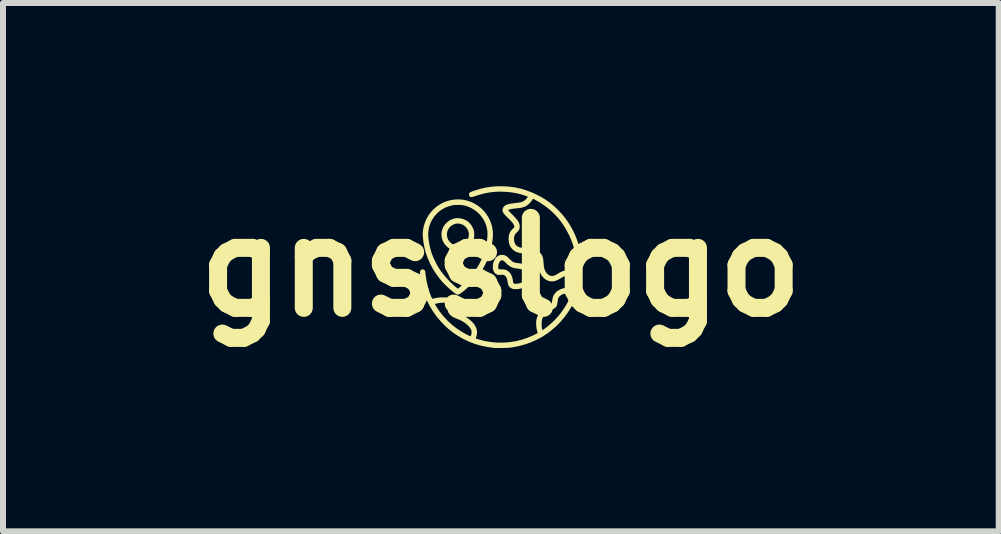
<source format=kicad_pcb>
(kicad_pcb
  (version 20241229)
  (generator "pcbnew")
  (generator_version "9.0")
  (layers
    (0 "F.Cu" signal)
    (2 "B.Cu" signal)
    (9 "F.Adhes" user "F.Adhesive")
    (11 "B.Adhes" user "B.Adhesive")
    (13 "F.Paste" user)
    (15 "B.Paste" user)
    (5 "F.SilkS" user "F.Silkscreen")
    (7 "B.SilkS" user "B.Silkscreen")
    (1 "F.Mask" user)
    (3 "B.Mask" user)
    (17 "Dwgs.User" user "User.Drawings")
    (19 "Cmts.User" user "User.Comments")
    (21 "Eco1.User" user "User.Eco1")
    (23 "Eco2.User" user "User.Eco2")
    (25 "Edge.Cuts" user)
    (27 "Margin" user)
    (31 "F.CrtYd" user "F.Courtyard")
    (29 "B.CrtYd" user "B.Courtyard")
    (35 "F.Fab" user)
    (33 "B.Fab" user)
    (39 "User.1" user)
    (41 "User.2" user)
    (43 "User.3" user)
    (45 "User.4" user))
  (footprint "gnsslogo"
    (layer "F.Cu")
    (at 5.3 1.404)
    (property "Reference" "gnsslogo" (at 0 0 0) (layer "F.SilkS") (effects (font (size 1.5 1.5) (thickness 0.3))))
    (attr board_only exclude_from_pos_files exclude_from_bom)
    (fp_poly (pts (xy -0.703 -0.817) (xy -0.654 -0.81) (xy -0.609 -0.795) (xy -0.567 -0.774) (xy -0.531 -0.745) (xy -0.499 -0.71) (xy -0.474 -0.669) (xy -0.456 -0.628) (xy -0.451 -0.611) (xy -0.447 -0.596) (xy -0.445 -0.58) (xy -0.445 -0.561) (xy -0.444 -0.544) (xy -0.445 -0.521) (xy -0.446 -0.503) (xy -0.448 -0.488) (xy -0.452 -0.472) (xy -0.456 -0.461) (xy -0.475 -0.415) (xy -0.501 -0.376) (xy -0.532 -0.342) (xy -0.55 -0.327) (xy -0.591 -0.301) (xy -0.635 -0.283) (xy -0.682 -0.273) (xy -0.729 -0.271) (xy -0.776 -0.277) (xy -0.819 -0.29) (xy -0.859 -0.311) (xy -0.895 -0.338) (xy -0.927 -0.371) (xy -0.953 -0.408) (xy -0.973 -0.449) (xy -0.986 -0.492) (xy -0.986 -0.492) (xy -0.989 -0.515) (xy -0.99 -0.541) (xy -0.989 -0.559) (xy -0.899 -0.559) (xy -0.898 -0.521) (xy -0.89 -0.485) (xy -0.875 -0.452) (xy -0.854 -0.424) (xy -0.829 -0.4) (xy -0.8 -0.381) (xy -0.768 -0.368) (xy -0.733 -0.362) (xy -0.698 -0.362) (xy -0.662 -0.37) (xy -0.64 -0.379) (xy -0.607 -0.399) (xy -0.579 -0.425) (xy -0.558 -0.455) (xy -0.542 -0.489) (xy -0.534 -0.525) (xy -0.534 -0.562) (xy -0.536 -0.571) (xy -0.546 -0.609) (xy -0.563 -0.643) (xy -0.587 -0.672) (xy -0.617 -0.697) (xy -0.651 -0.714) (xy -0.687 -0.725) (xy -0.724 -0.728) (xy -0.76 -0.722) (xy -0.793 -0.71) (xy -0.824 -0.692) (xy -0.851 -0.668) (xy -0.873 -0.639) (xy -0.889 -0.606) (xy -0.898 -0.57) (xy -0.899 -0.559) (xy -0.989 -0.559) (xy -0.989 -0.568) (xy -0.987 -0.591) (xy -0.986 -0.6) (xy -0.971 -0.645) (xy -0.95 -0.686) (xy -0.923 -0.723) (xy -0.891 -0.754) (xy -0.854 -0.78) (xy -0.813 -0.8) (xy -0.77 -0.813) (xy -0.724 -0.818)) (stroke (width 0) (type solid)) (fill yes) (layer "F.SilkS"))
    (fp_poly (pts (xy 0.048 -0.202) (xy 0.066 -0.198) (xy 0.083 -0.19) (xy 0.1 -0.179) (xy 0.12 -0.162) (xy 0.143 -0.139) (xy 0.166 -0.117) (xy 0.185 -0.1) (xy 0.203 -0.088) (xy 0.222 -0.079) (xy 0.243 -0.074) (xy 0.268 -0.069) (xy 0.29 -0.067) (xy 0.335 -0.06) (xy 0.374 -0.05) (xy 0.409 -0.036) (xy 0.44 -0.017) (xy 0.47 0.007) (xy 0.48 0.017) (xy 0.508 0.048) (xy 0.529 0.079) (xy 0.541 0.111) (xy 0.547 0.145) (xy 0.548 0.151) (xy 0.548 0.172) (xy 0.547 0.188) (xy 0.543 0.202) (xy 0.54 0.212) (xy 0.526 0.238) (xy 0.504 0.264) (xy 0.476 0.288) (xy 0.442 0.311) (xy 0.403 0.331) (xy 0.361 0.348) (xy 0.328 0.358) (xy 0.309 0.362) (xy 0.286 0.365) (xy 0.261 0.366) (xy 0.237 0.367) (xy 0.217 0.366) (xy 0.205 0.364) (xy 0.176 0.353) (xy 0.151 0.337) (xy 0.133 0.315) (xy 0.128 0.307) (xy 0.123 0.295) (xy 0.119 0.278) (xy 0.115 0.258) (xy 0.113 0.249) (xy 0.107 0.216) (xy 0.1 0.19) (xy 0.092 0.17) (xy 0.081 0.154) (xy 0.077 0.15) (xy 0.059 0.135) (xy 0.038 0.127) (xy 0.012 0.126) (xy -0.002 0.128) (xy -0.034 0.13) (xy -0.062 0.124) (xy -0.086 0.112) (xy -0.099 0.1) (xy -0.117 0.075) (xy -0.128 0.045) (xy -0.134 0.011) (xy -0.134 -0.008) (xy -0.044 -0.008) (xy -0.044 0.01) (xy -0.042 0.022) (xy -0.038 0.03) (xy -0.029 0.034) (xy -0.015 0.036) (xy 0.006 0.037) (xy 0.014 0.037) (xy 0.047 0.038) (xy 0.073 0.043) (xy 0.096 0.05) (xy 0.116 0.063) (xy 0.134 0.077) (xy 0.159 0.105) (xy 0.178 0.14) (xy 0.193 0.181) (xy 0.202 0.229) (xy 0.203 0.239) (xy 0.206 0.256) (xy 0.21 0.266) (xy 0.216 0.272) (xy 0.225 0.276) (xy 0.238 0.277) (xy 0.256 0.277) (xy 0.277 0.275) (xy 0.299 0.271) (xy 0.318 0.267) (xy 0.323 0.266) (xy 0.359 0.251) (xy 0.393 0.234) (xy 0.421 0.216) (xy 0.435 0.204) (xy 0.447 0.192) (xy 0.454 0.183) (xy 0.458 0.175) (xy 0.459 0.166) (xy 0.459 0.162) (xy 0.455 0.139) (xy 0.443 0.114) (xy 0.426 0.09) (xy 0.402 0.068) (xy 0.375 0.05) (xy 0.362 0.043) (xy 0.345 0.036) (xy 0.328 0.031) (xy 0.309 0.027) (xy 0.29 0.025) (xy 0.247 0.02) (xy 0.21 0.012) (xy 0.178 0.001) (xy 0.149 -0.015) (xy 0.12 -0.036) (xy 0.09 -0.064) (xy 0.085 -0.069) (xy 0.069 -0.085) (xy 0.054 -0.098) (xy 0.042 -0.108) (xy 0.035 -0.113) (xy 0.034 -0.114) (xy 0.017 -0.115) (xy 0.000197 -0.11) (xy -0.014 -0.099) (xy -0.014 -0.099) (xy -0.027 -0.079) (xy -0.037 -0.053) (xy -0.043 -0.026) (xy -0.044 -0.008) (xy -0.134 -0.008) (xy -0.134 -0.025) (xy -0.133 -0.035) (xy -0.129 -0.06) (xy -0.124 -0.08) (xy -0.117 -0.099) (xy -0.107 -0.12) (xy -0.104 -0.125) (xy -0.084 -0.156) (xy -0.06 -0.18) (xy -0.032 -0.196) (xy -0.000304 -0.204) (xy 0.028 -0.205)) (stroke (width 0) (type solid)) (fill yes) (layer "F.SilkS"))
    (fp_poly (pts (xy -0.628 -1.124) (xy -0.571 -1.112) (xy -0.504 -1.09) (xy -0.441 -1.061) (xy -0.383 -1.025) (xy -0.329 -0.983) (xy -0.28 -0.934) (xy -0.238 -0.88) (xy -0.201 -0.821) (xy -0.172 -0.757) (xy -0.161 -0.727) (xy -0.145 -0.668) (xy -0.135 -0.607) (xy -0.132 -0.543) (xy -0.136 -0.475) (xy -0.141 -0.431) (xy -0.159 -0.33) (xy -0.184 -0.235) (xy -0.216 -0.143) (xy -0.255 -0.054) (xy -0.302 0.032) (xy -0.357 0.117) (xy -0.366 0.13) (xy -0.401 0.176) (xy -0.441 0.223) (xy -0.483 0.27) (xy -0.527 0.315) (xy -0.572 0.357) (xy -0.615 0.395) (xy -0.656 0.427) (xy -0.672 0.438) (xy -0.692 0.45) (xy -0.708 0.457) (xy -0.722 0.458) (xy -0.736 0.454) (xy -0.752 0.444) (xy -0.754 0.443) (xy -0.789 0.418) (xy -0.826 0.388) (xy -0.866 0.353) (xy -0.906 0.315) (xy -0.946 0.276) (xy -0.982 0.237) (xy -1.015 0.198) (xy -1.021 0.191) (xy -1.08 0.111) (xy -1.133 0.029) (xy -1.179 -0.057) (xy -1.218 -0.145) (xy -1.25 -0.233) (xy -1.273 -0.322) (xy -1.275 -0.33) (xy -1.281 -0.363) (xy -1.288 -0.4) (xy -1.293 -0.437) (xy -1.297 -0.473) (xy -1.301 -0.506) (xy -1.303 -0.534) (xy -1.303 -0.548) (xy -1.303 -0.552) (xy -1.212 -0.552) (xy -1.209 -0.491) (xy -1.195 -0.397) (xy -1.176 -0.308) (xy -1.15 -0.222) (xy -1.116 -0.14) (xy -1.076 -0.058) (xy -1.049 -0.011) (xy -1.006 0.057) (xy -0.957 0.123) (xy -0.902 0.186) (xy -0.85 0.241) (xy -0.827 0.263) (xy -0.804 0.285) (xy -0.782 0.305) (xy -0.761 0.323) (xy -0.744 0.338) (xy -0.73 0.349) (xy -0.72 0.355) (xy -0.717 0.356) (xy -0.712 0.353) (xy -0.702 0.346) (xy -0.688 0.336) (xy -0.677 0.327) (xy -0.654 0.308) (xy -0.628 0.284) (xy -0.6 0.257) (xy -0.571 0.227) (xy -0.542 0.198) (xy -0.515 0.169) (xy -0.492 0.142) (xy -0.477 0.124) (xy -0.417 0.041) (xy -0.365 -0.044) (xy -0.321 -0.132) (xy -0.285 -0.22) (xy -0.257 -0.31) (xy -0.251 -0.335) (xy -0.24 -0.388) (xy -0.231 -0.441) (xy -0.226 -0.493) (xy -0.223 -0.542) (xy -0.224 -0.587) (xy -0.228 -0.626) (xy -0.23 -0.634) (xy -0.237 -0.664) (xy -0.246 -0.697) (xy -0.258 -0.73) (xy -0.27 -0.758) (xy -0.273 -0.765) (xy -0.305 -0.819) (xy -0.343 -0.868) (xy -0.388 -0.913) (xy -0.437 -0.952) (xy -0.491 -0.984) (xy -0.548 -1.01) (xy -0.608 -1.028) (xy -0.634 -1.033) (xy -0.664 -1.037) (xy -0.699 -1.038) (xy -0.736 -1.038) (xy -0.772 -1.036) (xy -0.803 -1.032) (xy -0.807 -1.031) (xy -0.869 -1.015) (xy -0.928 -0.992) (xy -0.982 -0.962) (xy -1.032 -0.926) (xy -1.076 -0.884) (xy -1.115 -0.838) (xy -1.148 -0.787) (xy -1.175 -0.732) (xy -1.195 -0.675) (xy -1.207 -0.614) (xy -1.212 -0.552) (xy -1.303 -0.552) (xy -1.299 -0.614) (xy -1.286 -0.681) (xy -1.266 -0.746) (xy -1.243 -0.8) (xy -1.209 -0.861) (xy -1.168 -0.916) (xy -1.122 -0.966) (xy -1.071 -1.01) (xy -1.016 -1.047) (xy -0.957 -1.078) (xy -0.895 -1.102) (xy -0.83 -1.119) (xy -0.764 -1.128) (xy -0.697 -1.13)) (stroke (width 0) (type solid)) (fill yes) (layer "F.SilkS"))
    (fp_poly (pts (xy 0.043 -1.349) (xy 0.146 -1.342) (xy 0.246 -1.328) (xy 0.343 -1.306) (xy 0.438 -1.276) (xy 0.533 -1.239) (xy 0.589 -1.213) (xy 0.672 -1.17) (xy 0.748 -1.124) (xy 0.82 -1.072) (xy 0.889 -1.015) (xy 0.952 -0.956) (xy 1.024 -0.878) (xy 1.09 -0.795) (xy 1.148 -0.708) (xy 1.199 -0.618) (xy 1.243 -0.524) (xy 1.28 -0.428) (xy 1.308 -0.329) (xy 1.33 -0.228) (xy 1.343 -0.126) (xy 1.349 -0.023) (xy 1.346 0.081) (xy 1.336 0.185) (xy 1.318 0.288) (xy 1.291 0.39) (xy 1.264 0.471) (xy 1.223 0.568) (xy 1.175 0.662) (xy 1.119 0.752) (xy 1.057 0.837) (xy 0.988 0.918) (xy 0.914 0.992) (xy 0.833 1.061) (xy 0.775 1.105) (xy 0.687 1.162) (xy 0.595 1.211) (xy 0.498 1.254) (xy 0.398 1.289) (xy 0.294 1.317) (xy 0.189 1.337) (xy 0.171 1.339) (xy 0.148 1.342) (xy 0.117 1.344) (xy 0.082 1.346) (xy 0.045 1.347) (xy 0.006 1.348) (xy -0.031 1.348) (xy -0.065 1.348) (xy -0.095 1.347) (xy -0.116 1.346) (xy -0.225 1.331) (xy -0.332 1.309) (xy -0.435 1.279) (xy -0.534 1.241) (xy -0.629 1.195) (xy -0.721 1.142) (xy -0.808 1.082) (xy -0.891 1.015) (xy -0.936 0.973) (xy -1.011 0.894) (xy -1.08 0.811) (xy -1.141 0.723) (xy -1.195 0.632) (xy -1.202 0.617) (xy -1.098 0.617) (xy -1.095 0.624) (xy -1.088 0.637) (xy -1.077 0.654) (xy -1.065 0.674) (xy -1.051 0.695) (xy -1.037 0.716) (xy -1.024 0.735) (xy -1.019 0.741) (xy -0.954 0.822) (xy -0.884 0.897) (xy -0.808 0.966) (xy -0.727 1.028) (xy -0.643 1.083) (xy -0.574 1.121) (xy -0.552 1.131) (xy -0.534 1.141) (xy -0.52 1.148) (xy -0.511 1.152) (xy -0.508 1.153) (xy -0.506 1.149) (xy -0.501 1.14) (xy -0.497 1.133) (xy -0.489 1.107) (xy -0.488 1.079) (xy -0.493 1.052) (xy -0.495 1.046) (xy -0.512 1.015) (xy -0.536 0.984) (xy -0.568 0.954) (xy -0.605 0.925) (xy -0.649 0.898) (xy -0.697 0.874) (xy -0.746 0.855) (xy -0.789 0.836) (xy -0.824 0.815) (xy -0.851 0.79) (xy -0.871 0.763) (xy -0.874 0.757) (xy -0.879 0.745) (xy -0.882 0.732) (xy -0.885 0.715) (xy -0.887 0.693) (xy -0.887 0.68) (xy -0.889 0.653) (xy -0.892 0.634) (xy -0.896 0.619) (xy -0.902 0.609) (xy -0.91 0.602) (xy -0.921 0.597) (xy -0.93 0.594) (xy -0.942 0.592) (xy -0.959 0.592) (xy -0.981 0.593) (xy -0.982 0.593) (xy -1.006 0.595) (xy -1.031 0.598) (xy -1.053 0.602) (xy -1.073 0.606) (xy -1.088 0.61) (xy -1.096 0.614) (xy -1.098 0.617) (xy -1.202 0.617) (xy -1.24 0.537) (xy -1.279 0.438) (xy -1.309 0.336) (xy -1.331 0.231) (xy -1.346 0.124) (xy -1.346 0.123) (xy -1.347 0.101) (xy -1.348 0.085) (xy -1.347 0.074) (xy -1.345 0.065) (xy -1.344 0.062) (xy -1.334 0.047) (xy -1.32 0.039) (xy -1.303 0.037) (xy -1.287 0.04) (xy -1.272 0.049) (xy -1.264 0.061) (xy -1.262 0.067) (xy -1.26 0.081) (xy -1.257 0.099) (xy -1.255 0.121) (xy -1.254 0.131) (xy -1.239 0.231) (xy -1.217 0.328) (xy -1.211 0.351) (xy -1.204 0.374) (xy -1.196 0.399) (xy -1.187 0.425) (xy -1.177 0.451) (xy -1.168 0.475) (xy -1.159 0.496) (xy -1.152 0.511) (xy -1.148 0.52) (xy -1.147 0.52) (xy -1.145 0.523) (xy -1.141 0.525) (xy -1.134 0.525) (xy -1.124 0.524) (xy -1.108 0.52) (xy -1.089 0.516) (xy -1.064 0.511) (xy -1.043 0.508) (xy -1.023 0.506) (xy -0.999 0.504) (xy -0.97 0.504) (xy -0.969 0.504) (xy -0.943 0.504) (xy -0.924 0.504) (xy -0.91 0.505) (xy -0.899 0.507) (xy -0.891 0.509) (xy -0.882 0.513) (xy -0.881 0.513) (xy -0.853 0.531) (xy -0.83 0.553) (xy -0.814 0.582) (xy -0.803 0.616) (xy -0.798 0.657) (xy -0.797 0.677) (xy -0.797 0.696) (xy -0.795 0.709) (xy -0.791 0.719) (xy -0.787 0.725) (xy -0.774 0.739) (xy -0.752 0.753) (xy -0.722 0.767) (xy -0.703 0.774) (xy -0.654 0.794) (xy -0.605 0.819) (xy -0.559 0.847) (xy -0.517 0.878) (xy -0.49 0.902) (xy -0.455 0.939) (xy -0.429 0.977) (xy -0.41 1.017) (xy -0.399 1.056) (xy -0.397 1.096) (xy -0.403 1.136) (xy -0.409 1.155) (xy -0.414 1.17) (xy -0.417 1.181) (xy -0.417 1.188) (xy -0.417 1.188) (xy -0.411 1.191) (xy -0.398 1.196) (xy -0.38 1.201) (xy -0.358 1.208) (xy -0.334 1.214) (xy -0.309 1.221) (xy -0.285 1.227) (xy -0.264 1.232) (xy -0.263 1.232) (xy -0.16 1.249) (xy -0.057 1.258) (xy 0.045 1.258) (xy 0.148 1.25) (xy 0.249 1.234) (xy 0.349 1.209) (xy 0.447 1.176) (xy 0.543 1.135) (xy 0.552 1.131) (xy 0.575 1.119) (xy 0.592 1.111) (xy 0.603 1.104) (xy 0.609 1.1) (xy 0.612 1.096) (xy 0.612 1.092) (xy 0.612 1.092) (xy 0.61 1.083) (xy 0.606 1.069) (xy 0.601 1.052) (xy 0.6 1.048) (xy 0.594 1.016) (xy 0.59 0.976) (xy 0.589 0.958) (xy 0.588 0.945) (xy 0.68 0.945) (xy 0.68 0.974) (xy 0.682 0.997) (xy 0.684 1.015) (xy 0.687 1.026) (xy 0.695 1.051) (xy 0.717 1.035) (xy 0.732 1.024) (xy 0.749 1.011) (xy 0.767 0.997) (xy 0.769 0.996) (xy 0.84 0.936) (xy 0.909 0.87) (xy 0.973 0.797) (xy 1.031 0.72) (xy 1.083 0.64) (xy 1.102 0.606) (xy 1.115 0.582) (xy 1.128 0.557) (xy 1.14 0.531) (xy 1.152 0.506) (xy 1.162 0.484) (xy 1.17 0.464) (xy 1.175 0.45) (xy 1.177 0.44) (xy 1.177 0.438) (xy 1.172 0.437) (xy 1.161 0.435) (xy 1.146 0.434) (xy 1.146 0.434) (xy 1.108 0.434) (xy 1.071 0.44) (xy 1.036 0.45) (xy 1.006 0.464) (xy 0.987 0.478) (xy 0.973 0.492) (xy 0.962 0.507) (xy 0.954 0.526) (xy 0.949 0.551) (xy 0.945 0.579) (xy 0.941 0.606) (xy 0.937 0.628) (xy 0.931 0.645) (xy 0.922 0.66) (xy 0.91 0.673) (xy 0.892 0.686) (xy 0.869 0.701) (xy 0.852 0.711) (xy 0.821 0.731) (xy 0.791 0.751) (xy 0.765 0.771) (xy 0.742 0.79) (xy 0.724 0.807) (xy 0.712 0.821) (xy 0.699 0.842) (xy 0.69 0.862) (xy 0.684 0.882) (xy 0.681 0.906) (xy 0.68 0.935) (xy 0.68 0.945) (xy 0.588 0.945) (xy 0.588 0.933) (xy 0.588 0.914) (xy 0.589 0.898) (xy 0.591 0.883) (xy 0.595 0.866) (xy 0.605 0.832) (xy 0.618 0.802) (xy 0.634 0.774) (xy 0.654 0.748) (xy 0.68 0.723) (xy 0.711 0.697) (xy 0.75 0.67) (xy 0.764 0.661) (xy 0.784 0.648) (xy 0.803 0.635) (xy 0.819 0.625) (xy 0.83 0.618) (xy 0.831 0.617) (xy 0.839 0.613) (xy 0.844 0.608) (xy 0.848 0.602) (xy 0.851 0.593) (xy 0.853 0.58) (xy 0.855 0.561) (xy 0.857 0.549) (xy 0.865 0.506) (xy 0.881 0.467) (xy 0.904 0.433) (xy 0.933 0.405) (xy 0.947 0.395) (xy 0.988 0.371) (xy 1.032 0.355) (xy 1.037 0.353) (xy 1.055 0.35) (xy 1.08 0.347) (xy 1.108 0.345) (xy 1.136 0.344) (xy 1.161 0.344) (xy 1.181 0.346) (xy 1.184 0.346) (xy 1.208 0.35) (xy 1.213 0.337) (xy 1.218 0.319) (xy 1.223 0.295) (xy 1.23 0.267) (xy 1.236 0.236) (xy 1.239 0.222) (xy 1.246 0.18) (xy 1.231 0.169) (xy 1.203 0.155) (xy 1.171 0.146) (xy 1.136 0.142) (xy 1.101 0.143) (xy 1.067 0.15) (xy 1.061 0.152) (xy 1.042 0.16) (xy 1.021 0.171) (xy 1.003 0.182) (xy 0.96 0.207) (xy 0.92 0.225) (xy 0.882 0.235) (xy 0.845 0.238) (xy 0.81 0.233) (xy 0.774 0.221) (xy 0.764 0.217) (xy 0.733 0.196) (xy 0.704 0.169) (xy 0.678 0.136) (xy 0.656 0.098) (xy 0.64 0.056) (xy 0.64 0.056) (xy 0.634 0.039) (xy 0.631 0.026) (xy 0.628 0.013) (xy 0.626 0.001) (xy 0.625 -0.015) (xy 0.623 -0.035) (xy 0.622 -0.06) (xy 0.619 -0.094) (xy 0.616 -0.12) (xy 0.612 -0.14) (xy 0.606 -0.156) (xy 0.597 -0.168) (xy 0.585 -0.178) (xy 0.57 -0.186) (xy 0.57 -0.187) (xy 0.557 -0.192) (xy 0.543 -0.197) (xy 0.527 -0.202) (xy 0.507 -0.207) (xy 0.482 -0.211) (xy 0.451 -0.216) (xy 0.412 -0.222) (xy 0.405 -0.223) (xy 0.365 -0.229) (xy 0.332 -0.234) (xy 0.305 -0.239) (xy 0.283 -0.245) (xy 0.265 -0.251) (xy 0.249 -0.258) (xy 0.235 -0.266) (xy 0.229 -0.269) (xy 0.195 -0.296) (xy 0.168 -0.328) (xy 0.148 -0.364) (xy 0.135 -0.406) (xy 0.129 -0.452) (xy 0.129 -0.467) (xy 0.131 -0.513) (xy 0.14 -0.553) (xy 0.156 -0.588) (xy 0.178 -0.62) (xy 0.197 -0.639) (xy 0.227 -0.667) (xy 0.222 -0.686) (xy 0.216 -0.705) (xy 0.204 -0.726) (xy 0.186 -0.75) (xy 0.161 -0.778) (xy 0.13 -0.809) (xy 0.116 -0.823) (xy 0.089 -0.849) (xy 0.068 -0.871) (xy 0.053 -0.889) (xy 0.041 -0.905) (xy 0.034 -0.919) (xy 0.029 -0.934) (xy 0.027 -0.945) (xy 0.028 -0.951) (xy 0.122 -0.951) (xy 0.124 -0.947) (xy 0.131 -0.938) (xy 0.144 -0.924) (xy 0.159 -0.908) (xy 0.178 -0.889) (xy 0.19 -0.877) (xy 0.224 -0.843) (xy 0.251 -0.813) (xy 0.273 -0.786) (xy 0.29 -0.762) (xy 0.301 -0.739) (xy 0.309 -0.716) (xy 0.313 -0.694) (xy 0.314 -0.675) (xy 0.313 -0.654) (xy 0.308 -0.635) (xy 0.299 -0.617) (xy 0.285 -0.598) (xy 0.264 -0.577) (xy 0.264 -0.576) (xy 0.249 -0.562) (xy 0.239 -0.551) (xy 0.233 -0.541) (xy 0.229 -0.53) (xy 0.225 -0.518) (xy 0.219 -0.481) (xy 0.22 -0.446) (xy 0.227 -0.413) (xy 0.24 -0.384) (xy 0.26 -0.36) (xy 0.262 -0.358) (xy 0.273 -0.349) (xy 0.284 -0.342) (xy 0.297 -0.336) (xy 0.312 -0.331) (xy 0.332 -0.326) (xy 0.357 -0.322) (xy 0.389 -0.317) (xy 0.405 -0.315) (xy 0.454 -0.308) (xy 0.495 -0.301) (xy 0.53 -0.294) (xy 0.56 -0.287) (xy 0.584 -0.279) (xy 0.606 -0.27) (xy 0.625 -0.26) (xy 0.634 -0.254) (xy 0.657 -0.236) (xy 0.675 -0.216) (xy 0.688 -0.193) (xy 0.699 -0.165) (xy 0.706 -0.132) (xy 0.71 -0.092) (xy 0.712 -0.073) (xy 0.715 -0.027) (xy 0.722 0.013) (xy 0.732 0.046) (xy 0.745 0.074) (xy 0.762 0.099) (xy 0.779 0.117) (xy 0.804 0.135) (xy 0.83 0.145) (xy 0.858 0.147) (xy 0.888 0.141) (xy 0.902 0.135) (xy 0.918 0.128) (xy 0.936 0.117) (xy 0.95 0.108) (xy 0.997 0.081) (xy 1.044 0.062) (xy 1.093 0.052) (xy 1.142 0.05) (xy 1.191 0.057) (xy 1.242 0.072) (xy 1.248 0.075) (xy 1.252 0.072) (xy 1.255 0.062) (xy 1.257 0.045) (xy 1.258 0.022) (xy 1.258 -0.007) (xy 1.257 -0.041) (xy 1.256 -0.069) (xy 1.248 -0.155) (xy 1.236 -0.235) (xy 1.22 -0.312) (xy 1.198 -0.386) (xy 1.17 -0.461) (xy 1.136 -0.538) (xy 1.127 -0.555) (xy 1.077 -0.647) (xy 1.021 -0.734) (xy 0.958 -0.815) (xy 0.889 -0.89) (xy 0.813 -0.96) (xy 0.732 -1.023) (xy 0.644 -1.081) (xy 0.593 -1.11) (xy 0.573 -1.121) (xy 0.557 -1.13) (xy 0.544 -1.136) (xy 0.537 -1.14) (xy 0.536 -1.14) (xy 0.533 -1.137) (xy 0.527 -1.128) (xy 0.521 -1.118) (xy 0.507 -1.098) (xy 0.489 -1.076) (xy 0.467 -1.054) (xy 0.444 -1.035) (xy 0.422 -1.02) (xy 0.42 -1.019) (xy 0.391 -1.005) (xy 0.358 -0.995) (xy 0.32 -0.987) (xy 0.275 -0.982) (xy 0.272 -0.982) (xy 0.233 -0.978) (xy 0.198 -0.973) (xy 0.169 -0.968) (xy 0.146 -0.963) (xy 0.13 -0.957) (xy 0.122 -0.951) (xy 0.122 -0.951) (xy 0.028 -0.951) (xy 0.028 -0.966) (xy 0.036 -0.989) (xy 0.05 -1.009) (xy 0.066 -1.024) (xy 0.08 -1.033) (xy 0.095 -1.04) (xy 0.112 -1.046) (xy 0.132 -1.052) (xy 0.157 -1.057) (xy 0.187 -1.062) (xy 0.223 -1.067) (xy 0.266 -1.072) (xy 0.295 -1.076) (xy 0.337 -1.083) (xy 0.373 -1.097) (xy 0.403 -1.118) (xy 0.407 -1.121) (xy 0.417 -1.131) (xy 0.427 -1.143) (xy 0.437 -1.155) (xy 0.445 -1.166) (xy 0.449 -1.174) (xy 0.449 -1.176) (xy 0.444 -1.178) (xy 0.433 -1.182) (xy 0.417 -1.188) (xy 0.399 -1.194) (xy 0.379 -1.2) (xy 0.361 -1.206) (xy 0.345 -1.211) (xy 0.341 -1.213) (xy 0.271 -1.23) (xy 0.197 -1.244) (xy 0.119 -1.253) (xy 0.041 -1.258) (xy -0.034 -1.259) (xy -0.094 -1.256) (xy -0.158 -1.25) (xy -0.217 -1.241) (xy -0.273 -1.23) (xy -0.33 -1.215) (xy -0.391 -1.197) (xy -0.416 -1.189) (xy -0.445 -1.179) (xy -0.467 -1.173) (xy -0.483 -1.169) (xy -0.496 -1.168) (xy -0.505 -1.17) (xy -0.513 -1.174) (xy -0.52 -1.18) (xy -0.521 -1.182) (xy -0.529 -1.193) (xy -0.531 -1.208) (xy -0.531 -1.212) (xy -0.531 -1.223) (xy -0.527 -1.232) (xy -0.521 -1.241) (xy -0.51 -1.248) (xy -0.495 -1.256) (xy -0.473 -1.265) (xy -0.444 -1.275) (xy -0.434 -1.278) (xy -0.34 -1.307) (xy -0.248 -1.328) (xy -0.156 -1.341) (xy -0.063 -1.349) (xy 0.034 -1.349)) (stroke (width 0) (type solid)) (fill yes) (layer "F.SilkS")))
  (gr_rect
    (start -3 -3)
    (end 13.6 5.808)
    (stroke (width 0.1) (type default))
    (fill no)
    (layer "Edge.Cuts")))
</source>
